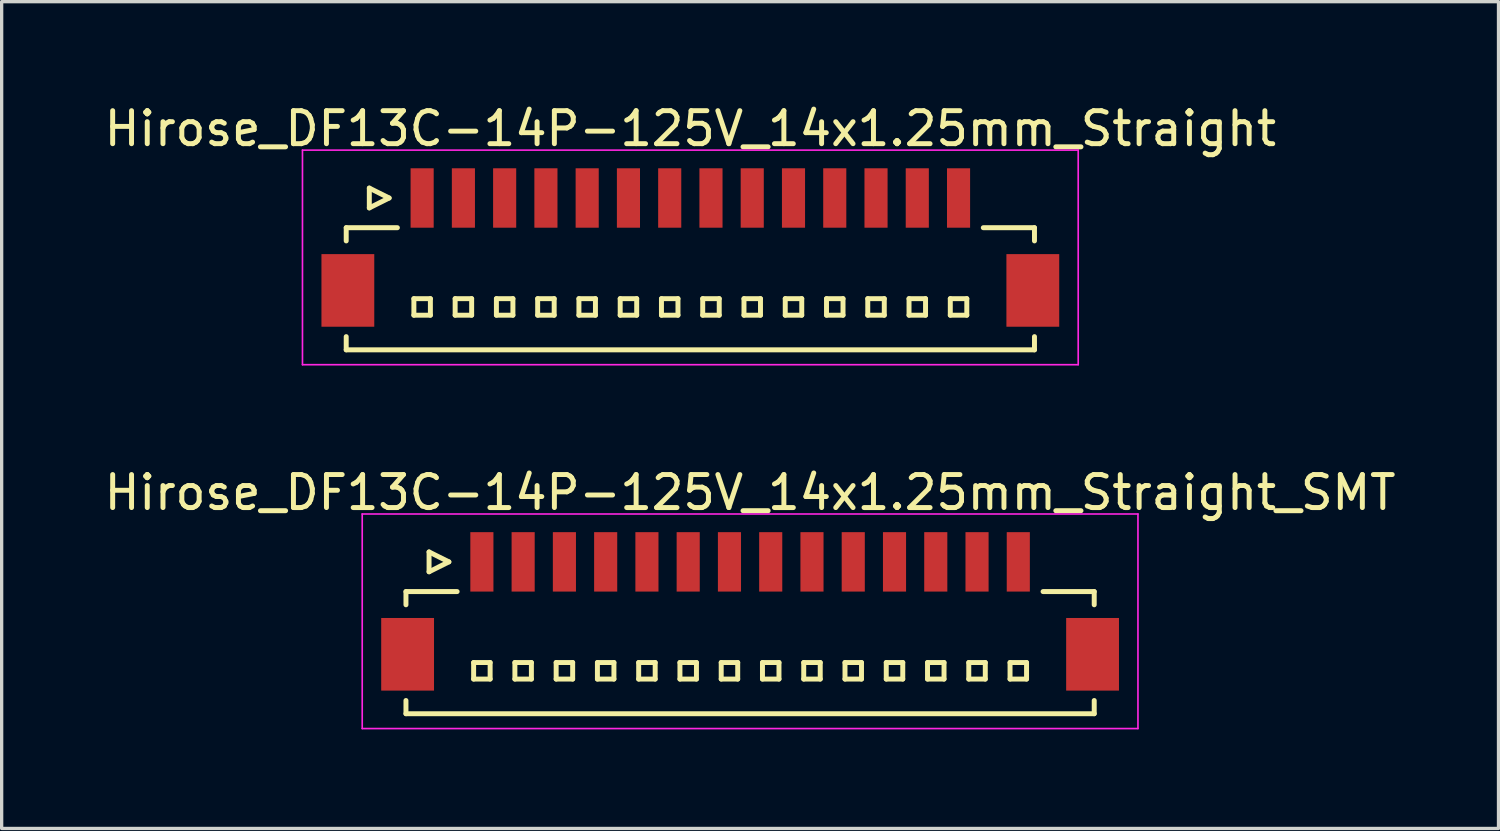
<source format=kicad_pcb>
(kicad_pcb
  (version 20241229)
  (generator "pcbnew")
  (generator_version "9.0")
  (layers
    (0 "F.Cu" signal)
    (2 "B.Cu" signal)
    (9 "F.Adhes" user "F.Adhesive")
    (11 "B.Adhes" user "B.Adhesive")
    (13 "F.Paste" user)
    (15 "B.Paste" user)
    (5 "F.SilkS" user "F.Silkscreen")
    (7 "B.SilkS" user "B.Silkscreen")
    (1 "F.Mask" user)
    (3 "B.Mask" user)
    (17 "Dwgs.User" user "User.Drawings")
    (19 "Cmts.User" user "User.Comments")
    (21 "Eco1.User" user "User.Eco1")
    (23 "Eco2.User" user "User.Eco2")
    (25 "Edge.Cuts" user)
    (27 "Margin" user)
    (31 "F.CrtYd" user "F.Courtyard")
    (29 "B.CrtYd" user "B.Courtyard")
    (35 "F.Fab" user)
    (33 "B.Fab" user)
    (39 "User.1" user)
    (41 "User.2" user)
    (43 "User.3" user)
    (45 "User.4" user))
  (footprint "Hirose_DF13C-14P-125V_14x1.25mm_Straight"
    (layer "F.Cu")
    (at 17.863 4.348)
    (property "Reference" "Hirose_DF13C-14P-125V_14x1.25mm_Straight" (at 0 -3.5 0) (layer "F.SilkS") (effects (font (size 1 1) (thickness 0.15))))
    (attr smd)
    (fp_line (start -10.425 -0.5) (end -10.425 -0.1) (stroke (width 0.15) (type solid)) (layer "F.SilkS"))
    (fp_line (start -10.425 -0.5) (end -8.875 -0.5) (stroke (width 0.15) (type solid)) (layer "F.SilkS"))
    (fp_line (start -10.425 3.2) (end -10.425 2.8) (stroke (width 0.15) (type solid)) (layer "F.SilkS"))
    (fp_line (start -10.425 3.2) (end 10.425 3.2) (stroke (width 0.15) (type solid)) (layer "F.SilkS"))
    (fp_line (start -9.725 -1.7) (end -9.725 -1.1) (stroke (width 0.15) (type solid)) (layer "F.SilkS"))
    (fp_line (start -9.725 -1.1) (end -9.125 -1.4) (stroke (width 0.15) (type solid)) (layer "F.SilkS"))
    (fp_line (start -9.125 -1.4) (end -9.725 -1.7) (stroke (width 0.15) (type solid)) (layer "F.SilkS"))
    (fp_line (start -8.375 1.65) (end -8.375 2.15) (stroke (width 0.15) (type solid)) (layer "F.SilkS"))
    (fp_line (start -8.375 2.15) (end -7.875 2.15) (stroke (width 0.15) (type solid)) (layer "F.SilkS"))
    (fp_line (start -7.875 1.65) (end -8.375 1.65) (stroke (width 0.15) (type solid)) (layer "F.SilkS"))
    (fp_line (start -7.875 2.15) (end -7.875 1.65) (stroke (width 0.15) (type solid)) (layer "F.SilkS"))
    (fp_line (start -7.125 1.65) (end -7.125 2.15) (stroke (width 0.15) (type solid)) (layer "F.SilkS"))
    (fp_line (start -7.125 2.15) (end -6.625 2.15) (stroke (width 0.15) (type solid)) (layer "F.SilkS"))
    (fp_line (start -6.625 1.65) (end -7.125 1.65) (stroke (width 0.15) (type solid)) (layer "F.SilkS"))
    (fp_line (start -6.625 2.15) (end -6.625 1.65) (stroke (width 0.15) (type solid)) (layer "F.SilkS"))
    (fp_line (start -5.875 1.65) (end -5.875 2.15) (stroke (width 0.15) (type solid)) (layer "F.SilkS"))
    (fp_line (start -5.875 2.15) (end -5.375 2.15) (stroke (width 0.15) (type solid)) (layer "F.SilkS"))
    (fp_line (start -5.375 1.65) (end -5.875 1.65) (stroke (width 0.15) (type solid)) (layer "F.SilkS"))
    (fp_line (start -5.375 2.15) (end -5.375 1.65) (stroke (width 0.15) (type solid)) (layer "F.SilkS"))
    (fp_line (start -4.625 1.65) (end -4.625 2.15) (stroke (width 0.15) (type solid)) (layer "F.SilkS"))
    (fp_line (start -4.625 2.15) (end -4.125 2.15) (stroke (width 0.15) (type solid)) (layer "F.SilkS"))
    (fp_line (start -4.125 1.65) (end -4.625 1.65) (stroke (width 0.15) (type solid)) (layer "F.SilkS"))
    (fp_line (start -4.125 2.15) (end -4.125 1.65) (stroke (width 0.15) (type solid)) (layer "F.SilkS"))
    (fp_line (start -3.375 1.65) (end -3.375 2.15) (stroke (width 0.15) (type solid)) (layer "F.SilkS"))
    (fp_line (start -3.375 2.15) (end -2.875 2.15) (stroke (width 0.15) (type solid)) (layer "F.SilkS"))
    (fp_line (start -2.875 1.65) (end -3.375 1.65) (stroke (width 0.15) (type solid)) (layer "F.SilkS"))
    (fp_line (start -2.875 2.15) (end -2.875 1.65) (stroke (width 0.15) (type solid)) (layer "F.SilkS"))
    (fp_line (start -2.125 1.65) (end -2.125 2.15) (stroke (width 0.15) (type solid)) (layer "F.SilkS"))
    (fp_line (start -2.125 2.15) (end -1.625 2.15) (stroke (width 0.15) (type solid)) (layer "F.SilkS"))
    (fp_line (start -1.625 1.65) (end -2.125 1.65) (stroke (width 0.15) (type solid)) (layer "F.SilkS"))
    (fp_line (start -1.625 2.15) (end -1.625 1.65) (stroke (width 0.15) (type solid)) (layer "F.SilkS"))
    (fp_line (start -0.875 1.65) (end -0.875 2.15) (stroke (width 0.15) (type solid)) (layer "F.SilkS"))
    (fp_line (start -0.875 2.15) (end -0.375 2.15) (stroke (width 0.15) (type solid)) (layer "F.SilkS"))
    (fp_line (start -0.375 1.65) (end -0.875 1.65) (stroke (width 0.15) (type solid)) (layer "F.SilkS"))
    (fp_line (start -0.375 2.15) (end -0.375 1.65) (stroke (width 0.15) (type solid)) (layer "F.SilkS"))
    (fp_line (start 0.375 1.65) (end 0.375 2.15) (stroke (width 0.15) (type solid)) (layer "F.SilkS"))
    (fp_line (start 0.375 2.15) (end 0.875 2.15) (stroke (width 0.15) (type solid)) (layer "F.SilkS"))
    (fp_line (start 0.875 1.65) (end 0.375 1.65) (stroke (width 0.15) (type solid)) (layer "F.SilkS"))
    (fp_line (start 0.875 2.15) (end 0.875 1.65) (stroke (width 0.15) (type solid)) (layer "F.SilkS"))
    (fp_line (start 1.625 1.65) (end 1.625 2.15) (stroke (width 0.15) (type solid)) (layer "F.SilkS"))
    (fp_line (start 1.625 2.15) (end 2.125 2.15) (stroke (width 0.15) (type solid)) (layer "F.SilkS"))
    (fp_line (start 2.125 1.65) (end 1.625 1.65) (stroke (width 0.15) (type solid)) (layer "F.SilkS"))
    (fp_line (start 2.125 2.15) (end 2.125 1.65) (stroke (width 0.15) (type solid)) (layer "F.SilkS"))
    (fp_line (start 2.875 1.65) (end 2.875 2.15) (stroke (width 0.15) (type solid)) (layer "F.SilkS"))
    (fp_line (start 2.875 2.15) (end 3.375 2.15) (stroke (width 0.15) (type solid)) (layer "F.SilkS"))
    (fp_line (start 3.375 1.65) (end 2.875 1.65) (stroke (width 0.15) (type solid)) (layer "F.SilkS"))
    (fp_line (start 3.375 2.15) (end 3.375 1.65) (stroke (width 0.15) (type solid)) (layer "F.SilkS"))
    (fp_line (start 4.125 1.65) (end 4.125 2.15) (stroke (width 0.15) (type solid)) (layer "F.SilkS"))
    (fp_line (start 4.125 2.15) (end 4.625 2.15) (stroke (width 0.15) (type solid)) (layer "F.SilkS"))
    (fp_line (start 4.625 1.65) (end 4.125 1.65) (stroke (width 0.15) (type solid)) (layer "F.SilkS"))
    (fp_line (start 4.625 2.15) (end 4.625 1.65) (stroke (width 0.15) (type solid)) (layer "F.SilkS"))
    (fp_line (start 5.375 1.65) (end 5.375 2.15) (stroke (width 0.15) (type solid)) (layer "F.SilkS"))
    (fp_line (start 5.375 2.15) (end 5.875 2.15) (stroke (width 0.15) (type solid)) (layer "F.SilkS"))
    (fp_line (start 5.875 1.65) (end 5.375 1.65) (stroke (width 0.15) (type solid)) (layer "F.SilkS"))
    (fp_line (start 5.875 2.15) (end 5.875 1.65) (stroke (width 0.15) (type solid)) (layer "F.SilkS"))
    (fp_line (start 6.625 1.65) (end 6.625 2.15) (stroke (width 0.15) (type solid)) (layer "F.SilkS"))
    (fp_line (start 6.625 2.15) (end 7.125 2.15) (stroke (width 0.15) (type solid)) (layer "F.SilkS"))
    (fp_line (start 7.125 1.65) (end 6.625 1.65) (stroke (width 0.15) (type solid)) (layer "F.SilkS"))
    (fp_line (start 7.125 2.15) (end 7.125 1.65) (stroke (width 0.15) (type solid)) (layer "F.SilkS"))
    (fp_line (start 7.875 1.65) (end 7.875 2.15) (stroke (width 0.15) (type solid)) (layer "F.SilkS"))
    (fp_line (start 7.875 2.15) (end 8.375 2.15) (stroke (width 0.15) (type solid)) (layer "F.SilkS"))
    (fp_line (start 8.375 1.65) (end 7.875 1.65) (stroke (width 0.15) (type solid)) (layer "F.SilkS"))
    (fp_line (start 8.375 2.15) (end 8.375 1.65) (stroke (width 0.15) (type solid)) (layer "F.SilkS"))
    (fp_line (start 10.425 -0.5) (end 8.875 -0.5) (stroke (width 0.15) (type solid)) (layer "F.SilkS"))
    (fp_line (start 10.425 -0.5) (end 10.425 -0.1) (stroke (width 0.15) (type solid)) (layer "F.SilkS"))
    (fp_line (start 10.425 3.2) (end 10.425 2.8) (stroke (width 0.15) (type solid)) (layer "F.SilkS"))
    (fp_line (start -11.75 -2.85) (end -11.75 3.65) (stroke (width 0.05) (type solid)) (layer "F.CrtYd"))
    (fp_line (start -11.75 3.65) (end 11.75 3.65) (stroke (width 0.05) (type solid)) (layer "F.CrtYd"))
    (fp_line (start 11.75 -2.85) (end -11.75 -2.85) (stroke (width 0.05) (type solid)) (layer "F.CrtYd"))
    (fp_line (start 11.75 3.65) (end 11.75 -2.85) (stroke (width 0.05) (type solid)) (layer "F.CrtYd"))
    (pad "" smd rect (at -10.375 1.4) (size 1.6 2.2) (layers "F.Cu" "F.Mask" "F.Paste"))
    (pad "" smd rect (at 10.375 1.4) (size 1.6 2.2) (layers "F.Cu" "F.Mask" "F.Paste"))
    (pad "1" smd rect (at -8.125 -1.4) (size 0.7 1.8) (layers "F.Cu" "F.Mask" "F.Paste"))
    (pad "2" smd rect (at -6.875 -1.4) (size 0.7 1.8) (layers "F.Cu" "F.Mask" "F.Paste"))
    (pad "3" smd rect (at -5.625 -1.4) (size 0.7 1.8) (layers "F.Cu" "F.Mask" "F.Paste"))
    (pad "4" smd rect (at -4.375 -1.4) (size 0.7 1.8) (layers "F.Cu" "F.Mask" "F.Paste"))
    (pad "5" smd rect (at -3.125 -1.4) (size 0.7 1.8) (layers "F.Cu" "F.Mask" "F.Paste"))
    (pad "6" smd rect (at -1.875 -1.4) (size 0.7 1.8) (layers "F.Cu" "F.Mask" "F.Paste"))
    (pad "7" smd rect (at -0.625 -1.4) (size 0.7 1.8) (layers "F.Cu" "F.Mask" "F.Paste"))
    (pad "8" smd rect (at 0.625 -1.4) (size 0.7 1.8) (layers "F.Cu" "F.Mask" "F.Paste"))
    (pad "9" smd rect (at 1.875 -1.4) (size 0.7 1.8) (layers "F.Cu" "F.Mask" "F.Paste"))
    (pad "10" smd rect (at 3.125 -1.4) (size 0.7 1.8) (layers "F.Cu" "F.Mask" "F.Paste"))
    (pad "11" smd rect (at 4.375 -1.4) (size 0.7 1.8) (layers "F.Cu" "F.Mask" "F.Paste"))
    (pad "12" smd rect (at 5.625 -1.4) (size 0.7 1.8) (layers "F.Cu" "F.Mask" "F.Paste"))
    (pad "13" smd rect (at 6.875 -1.4) (size 0.7 1.8) (layers "F.Cu" "F.Mask" "F.Paste"))
    (pad "14" smd rect (at 8.125 -1.4) (size 0.7 1.8) (layers "F.Cu" "F.Mask" "F.Paste")))
  (footprint "Hirose_DF13C-14P-125V_14x1.25mm_Straight_SMT"
    (layer "F.Cu")
    (at 19.673 15.371)
    (property "Reference" "Hirose_DF13C-14P-125V_14x1.25mm_Straight_SMT" (at 0 -3.5 0) (layer "F.SilkS") (effects (font (size 1 1) (thickness 0.15))))
    (attr smd)
    (fp_line (start -10.425 -0.5) (end -10.425 -0.1) (stroke (width 0.15) (type solid)) (layer "F.SilkS"))
    (fp_line (start -10.425 -0.5) (end -8.875 -0.5) (stroke (width 0.15) (type solid)) (layer "F.SilkS"))
    (fp_line (start -10.425 3.2) (end -10.425 2.8) (stroke (width 0.15) (type solid)) (layer "F.SilkS"))
    (fp_line (start -10.425 3.2) (end 10.425 3.2) (stroke (width 0.15) (type solid)) (layer "F.SilkS"))
    (fp_line (start -9.725 -1.7) (end -9.725 -1.1) (stroke (width 0.15) (type solid)) (layer "F.SilkS"))
    (fp_line (start -9.725 -1.1) (end -9.125 -1.4) (stroke (width 0.15) (type solid)) (layer "F.SilkS"))
    (fp_line (start -9.125 -1.4) (end -9.725 -1.7) (stroke (width 0.15) (type solid)) (layer "F.SilkS"))
    (fp_line (start -8.375 1.65) (end -8.375 2.15) (stroke (width 0.15) (type solid)) (layer "F.SilkS"))
    (fp_line (start -8.375 2.15) (end -7.875 2.15) (stroke (width 0.15) (type solid)) (layer "F.SilkS"))
    (fp_line (start -7.875 1.65) (end -8.375 1.65) (stroke (width 0.15) (type solid)) (layer "F.SilkS"))
    (fp_line (start -7.875 2.15) (end -7.875 1.65) (stroke (width 0.15) (type solid)) (layer "F.SilkS"))
    (fp_line (start -7.125 1.65) (end -7.125 2.15) (stroke (width 0.15) (type solid)) (layer "F.SilkS"))
    (fp_line (start -7.125 2.15) (end -6.625 2.15) (stroke (width 0.15) (type solid)) (layer "F.SilkS"))
    (fp_line (start -6.625 1.65) (end -7.125 1.65) (stroke (width 0.15) (type solid)) (layer "F.SilkS"))
    (fp_line (start -6.625 2.15) (end -6.625 1.65) (stroke (width 0.15) (type solid)) (layer "F.SilkS"))
    (fp_line (start -5.875 1.65) (end -5.875 2.15) (stroke (width 0.15) (type solid)) (layer "F.SilkS"))
    (fp_line (start -5.875 2.15) (end -5.375 2.15) (stroke (width 0.15) (type solid)) (layer "F.SilkS"))
    (fp_line (start -5.375 1.65) (end -5.875 1.65) (stroke (width 0.15) (type solid)) (layer "F.SilkS"))
    (fp_line (start -5.375 2.15) (end -5.375 1.65) (stroke (width 0.15) (type solid)) (layer "F.SilkS"))
    (fp_line (start -4.625 1.65) (end -4.625 2.15) (stroke (width 0.15) (type solid)) (layer "F.SilkS"))
    (fp_line (start -4.625 2.15) (end -4.125 2.15) (stroke (width 0.15) (type solid)) (layer "F.SilkS"))
    (fp_line (start -4.125 1.65) (end -4.625 1.65) (stroke (width 0.15) (type solid)) (layer "F.SilkS"))
    (fp_line (start -4.125 2.15) (end -4.125 1.65) (stroke (width 0.15) (type solid)) (layer "F.SilkS"))
    (fp_line (start -3.375 1.65) (end -3.375 2.15) (stroke (width 0.15) (type solid)) (layer "F.SilkS"))
    (fp_line (start -3.375 2.15) (end -2.875 2.15) (stroke (width 0.15) (type solid)) (layer "F.SilkS"))
    (fp_line (start -2.875 1.65) (end -3.375 1.65) (stroke (width 0.15) (type solid)) (layer "F.SilkS"))
    (fp_line (start -2.875 2.15) (end -2.875 1.65) (stroke (width 0.15) (type solid)) (layer "F.SilkS"))
    (fp_line (start -2.125 1.65) (end -2.125 2.15) (stroke (width 0.15) (type solid)) (layer "F.SilkS"))
    (fp_line (start -2.125 2.15) (end -1.625 2.15) (stroke (width 0.15) (type solid)) (layer "F.SilkS"))
    (fp_line (start -1.625 1.65) (end -2.125 1.65) (stroke (width 0.15) (type solid)) (layer "F.SilkS"))
    (fp_line (start -1.625 2.15) (end -1.625 1.65) (stroke (width 0.15) (type solid)) (layer "F.SilkS"))
    (fp_line (start -0.875 1.65) (end -0.875 2.15) (stroke (width 0.15) (type solid)) (layer "F.SilkS"))
    (fp_line (start -0.875 2.15) (end -0.375 2.15) (stroke (width 0.15) (type solid)) (layer "F.SilkS"))
    (fp_line (start -0.375 1.65) (end -0.875 1.65) (stroke (width 0.15) (type solid)) (layer "F.SilkS"))
    (fp_line (start -0.375 2.15) (end -0.375 1.65) (stroke (width 0.15) (type solid)) (layer "F.SilkS"))
    (fp_line (start 0.375 1.65) (end 0.375 2.15) (stroke (width 0.15) (type solid)) (layer "F.SilkS"))
    (fp_line (start 0.375 2.15) (end 0.875 2.15) (stroke (width 0.15) (type solid)) (layer "F.SilkS"))
    (fp_line (start 0.875 1.65) (end 0.375 1.65) (stroke (width 0.15) (type solid)) (layer "F.SilkS"))
    (fp_line (start 0.875 2.15) (end 0.875 1.65) (stroke (width 0.15) (type solid)) (layer "F.SilkS"))
    (fp_line (start 1.625 1.65) (end 1.625 2.15) (stroke (width 0.15) (type solid)) (layer "F.SilkS"))
    (fp_line (start 1.625 2.15) (end 2.125 2.15) (stroke (width 0.15) (type solid)) (layer "F.SilkS"))
    (fp_line (start 2.125 1.65) (end 1.625 1.65) (stroke (width 0.15) (type solid)) (layer "F.SilkS"))
    (fp_line (start 2.125 2.15) (end 2.125 1.65) (stroke (width 0.15) (type solid)) (layer "F.SilkS"))
    (fp_line (start 2.875 1.65) (end 2.875 2.15) (stroke (width 0.15) (type solid)) (layer "F.SilkS"))
    (fp_line (start 2.875 2.15) (end 3.375 2.15) (stroke (width 0.15) (type solid)) (layer "F.SilkS"))
    (fp_line (start 3.375 1.65) (end 2.875 1.65) (stroke (width 0.15) (type solid)) (layer "F.SilkS"))
    (fp_line (start 3.375 2.15) (end 3.375 1.65) (stroke (width 0.15) (type solid)) (layer "F.SilkS"))
    (fp_line (start 4.125 1.65) (end 4.125 2.15) (stroke (width 0.15) (type solid)) (layer "F.SilkS"))
    (fp_line (start 4.125 2.15) (end 4.625 2.15) (stroke (width 0.15) (type solid)) (layer "F.SilkS"))
    (fp_line (start 4.625 1.65) (end 4.125 1.65) (stroke (width 0.15) (type solid)) (layer "F.SilkS"))
    (fp_line (start 4.625 2.15) (end 4.625 1.65) (stroke (width 0.15) (type solid)) (layer "F.SilkS"))
    (fp_line (start 5.375 1.65) (end 5.375 2.15) (stroke (width 0.15) (type solid)) (layer "F.SilkS"))
    (fp_line (start 5.375 2.15) (end 5.875 2.15) (stroke (width 0.15) (type solid)) (layer "F.SilkS"))
    (fp_line (start 5.875 1.65) (end 5.375 1.65) (stroke (width 0.15) (type solid)) (layer "F.SilkS"))
    (fp_line (start 5.875 2.15) (end 5.875 1.65) (stroke (width 0.15) (type solid)) (layer "F.SilkS"))
    (fp_line (start 6.625 1.65) (end 6.625 2.15) (stroke (width 0.15) (type solid)) (layer "F.SilkS"))
    (fp_line (start 6.625 2.15) (end 7.125 2.15) (stroke (width 0.15) (type solid)) (layer "F.SilkS"))
    (fp_line (start 7.125 1.65) (end 6.625 1.65) (stroke (width 0.15) (type solid)) (layer "F.SilkS"))
    (fp_line (start 7.125 2.15) (end 7.125 1.65) (stroke (width 0.15) (type solid)) (layer "F.SilkS"))
    (fp_line (start 7.875 1.65) (end 7.875 2.15) (stroke (width 0.15) (type solid)) (layer "F.SilkS"))
    (fp_line (start 7.875 2.15) (end 8.375 2.15) (stroke (width 0.15) (type solid)) (layer "F.SilkS"))
    (fp_line (start 8.375 1.65) (end 7.875 1.65) (stroke (width 0.15) (type solid)) (layer "F.SilkS"))
    (fp_line (start 8.375 2.15) (end 8.375 1.65) (stroke (width 0.15) (type solid)) (layer "F.SilkS"))
    (fp_line (start 10.425 -0.5) (end 8.875 -0.5) (stroke (width 0.15) (type solid)) (layer "F.SilkS"))
    (fp_line (start 10.425 -0.5) (end 10.425 -0.1) (stroke (width 0.15) (type solid)) (layer "F.SilkS"))
    (fp_line (start 10.425 3.2) (end 10.425 2.8) (stroke (width 0.15) (type solid)) (layer "F.SilkS"))
    (fp_line (start -11.75 -2.85) (end -11.75 3.65) (stroke (width 0.05) (type solid)) (layer "F.CrtYd"))
    (fp_line (start -11.75 3.65) (end 11.75 3.65) (stroke (width 0.05) (type solid)) (layer "F.CrtYd"))
    (fp_line (start 11.75 -2.85) (end -11.75 -2.85) (stroke (width 0.05) (type solid)) (layer "F.CrtYd"))
    (fp_line (start 11.75 3.65) (end 11.75 -2.85) (stroke (width 0.05) (type solid)) (layer "F.CrtYd"))
    (pad "" smd rect (at -10.375 1.4) (size 1.6 2.2) (layers "F.Cu" "F.Mask" "F.Paste"))
    (pad "" smd rect (at 10.375 1.4) (size 1.6 2.2) (layers "F.Cu" "F.Mask" "F.Paste"))
    (pad "1" smd rect (at -8.125 -1.4) (size 0.7 1.8) (layers "F.Cu" "F.Mask" "F.Paste"))
    (pad "2" smd rect (at -6.875 -1.4) (size 0.7 1.8) (layers "F.Cu" "F.Mask" "F.Paste"))
    (pad "3" smd rect (at -5.625 -1.4) (size 0.7 1.8) (layers "F.Cu" "F.Mask" "F.Paste"))
    (pad "4" smd rect (at -4.375 -1.4) (size 0.7 1.8) (layers "F.Cu" "F.Mask" "F.Paste"))
    (pad "5" smd rect (at -3.125 -1.4) (size 0.7 1.8) (layers "F.Cu" "F.Mask" "F.Paste"))
    (pad "6" smd rect (at -1.875 -1.4) (size 0.7 1.8) (layers "F.Cu" "F.Mask" "F.Paste"))
    (pad "7" smd rect (at -0.625 -1.4) (size 0.7 1.8) (layers "F.Cu" "F.Mask" "F.Paste"))
    (pad "8" smd rect (at 0.625 -1.4) (size 0.7 1.8) (layers "F.Cu" "F.Mask" "F.Paste"))
    (pad "9" smd rect (at 1.875 -1.4) (size 0.7 1.8) (layers "F.Cu" "F.Mask" "F.Paste"))
    (pad "10" smd rect (at 3.125 -1.4) (size 0.7 1.8) (layers "F.Cu" "F.Mask" "F.Paste"))
    (pad "11" smd rect (at 4.375 -1.4) (size 0.7 1.8) (layers "F.Cu" "F.Mask" "F.Paste"))
    (pad "12" smd rect (at 5.625 -1.4) (size 0.7 1.8) (layers "F.Cu" "F.Mask" "F.Paste"))
    (pad "13" smd rect (at 6.875 -1.4) (size 0.7 1.8) (layers "F.Cu" "F.Mask" "F.Paste"))
    (pad "14" smd rect (at 8.125 -1.4) (size 0.7 1.8) (layers "F.Cu" "F.Mask" "F.Paste")))
  (gr_rect
    (start -3 -3)
    (end 42.345 22.047)
    (stroke (width 0.1) (type default))
    (fill no)
    (layer "Edge.Cuts")))
</source>
